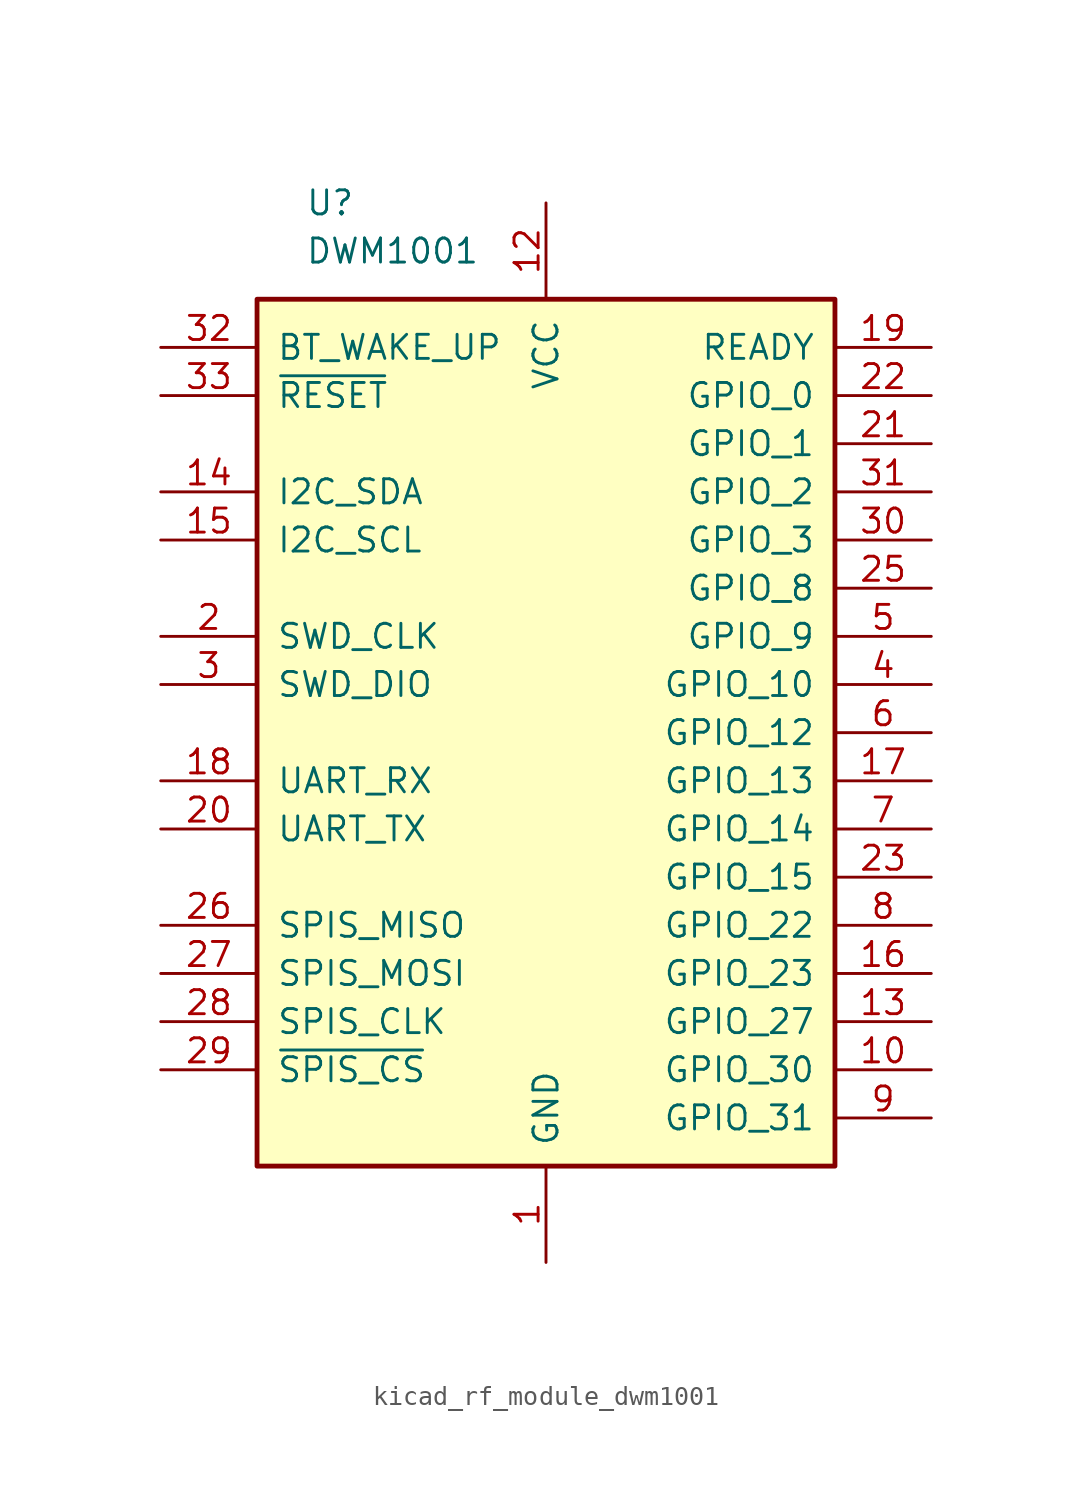
<source format=kicad_sym>
(kicad_symbol_lib
  (version 20220914)
  (generator kicad_symbol_editor)
  (symbol "kicad_rf_module_dwm1001"
    (pin_names
      (offset 1.016))
    (property "Reference" "U"
      (at -12.7 27.94 0)
      (effects (font (size 1.27 1.27)) (justify left)))
    (property "Value" "DWM1001"
      (at -12.7 25.4 0)
      (effects (font (size 1.27 1.27)) (justify left)))
    (symbol "kicad_rf_module_dwm1001_0_1"
      (rectangle (start 15.24 22.86) (end -15.24 -22.86) (stroke (width 0.254) (type default)) (fill (type background))))
    (symbol "kicad_rf_module_dwm1001_1_1"
      (pin power_in line (at 0 -27.94 90) (length 5.08) (name "GND" (effects (font (size 1.27 1.27)))) (number "1" (effects (font (size 1.27 1.27)))))
      (pin bidirectional line (at 20.32 -17.78 180) (length 5.08) (name "GPIO_30" (effects (font (size 1.27 1.27)))) (number "10" (effects (font (size 1.27 1.27)))))
      (pin passive line (at 0 -27.94 90) (length 5.08) hide (name "GND" (effects (font (size 1.27 1.27)))) (number "11" (effects (font (size 1.27 1.27)))))
      (pin power_in line (at 0 27.94 270) (length 5.08) (name "VCC" (effects (font (size 1.27 1.27)))) (number "12" (effects (font (size 1.27 1.27)))))
      (pin bidirectional line (at 20.32 -15.24 180) (length 5.08) (name "GPIO_27" (effects (font (size 1.27 1.27)))) (number "13" (effects (font (size 1.27 1.27)))))
      (pin bidirectional line (at -20.32 12.7 0) (length 5.08) (name "I2C_SDA" (effects (font (size 1.27 1.27)))) (number "14" (effects (font (size 1.27 1.27)))))
      (pin output line (at -20.32 10.16 0) (length 5.08) (name "I2C_SCL" (effects (font (size 1.27 1.27)))) (number "15" (effects (font (size 1.27 1.27)))))
      (pin bidirectional line (at 20.32 -12.7 180) (length 5.08) (name "GPIO_23" (effects (font (size 1.27 1.27)))) (number "16" (effects (font (size 1.27 1.27)))))
      (pin bidirectional line (at 20.32 -2.54 180) (length 5.08) (name "GPIO_13" (effects (font (size 1.27 1.27)))) (number "17" (effects (font (size 1.27 1.27)))))
      (pin input line (at -20.32 -2.54 0) (length 5.08) (name "UART_RX" (effects (font (size 1.27 1.27)))) (number "18" (effects (font (size 1.27 1.27)))))
      (pin output line (at 20.32 20.32 180) (length 5.08) (name "READY" (effects (font (size 1.27 1.27)))) (number "19" (effects (font (size 1.27 1.27)))))
      (pin input line (at -20.32 5.08 0) (length 5.08) (name "SWD_CLK" (effects (font (size 1.27 1.27)))) (number "2" (effects (font (size 1.27 1.27)))))
      (pin output line (at -20.32 -5.08 0) (length 5.08) (name "UART_TX" (effects (font (size 1.27 1.27)))) (number "20" (effects (font (size 1.27 1.27)))))
      (pin bidirectional line (at 20.32 15.24 180) (length 5.08) (name "GPIO_1" (effects (font (size 1.27 1.27)))) (number "21" (effects (font (size 1.27 1.27)))))
      (pin bidirectional line (at 20.32 17.78 180) (length 5.08) (name "GPIO_0" (effects (font (size 1.27 1.27)))) (number "22" (effects (font (size 1.27 1.27)))))
      (pin bidirectional line (at 20.32 -7.62 180) (length 5.08) (name "GPIO_15" (effects (font (size 1.27 1.27)))) (number "23" (effects (font (size 1.27 1.27)))))
      (pin passive line (at 0 -27.94 90) (length 5.08) hide (name "GND" (effects (font (size 1.27 1.27)))) (number "24" (effects (font (size 1.27 1.27)))))
      (pin bidirectional line (at 20.32 7.62 180) (length 5.08) (name "GPIO_8" (effects (font (size 1.27 1.27)))) (number "25" (effects (font (size 1.27 1.27)))))
      (pin output line (at -20.32 -10.16 0) (length 5.08) (name "SPIS_MISO" (effects (font (size 1.27 1.27)))) (number "26" (effects (font (size 1.27 1.27)))))
      (pin tri_state line (at -20.32 -12.7 0) (length 5.08) (name "SPIS_MOSI" (effects (font (size 1.27 1.27)))) (number "27" (effects (font (size 1.27 1.27)))))
      (pin input line (at -20.32 -15.24 0) (length 5.08) (name "SPIS_CLK" (effects (font (size 1.27 1.27)))) (number "28" (effects (font (size 1.27 1.27)))))
      (pin input line (at -20.32 -17.78 0) (length 5.08) (name "~{SPIS_CS}" (effects (font (size 1.27 1.27)))) (number "29" (effects (font (size 1.27 1.27)))))
      (pin bidirectional line (at -20.32 2.54 0) (length 5.08) (name "SWD_DIO" (effects (font (size 1.27 1.27)))) (number "3" (effects (font (size 1.27 1.27)))))
      (pin bidirectional line (at 20.32 10.16 180) (length 5.08) (name "GPIO_3" (effects (font (size 1.27 1.27)))) (number "30" (effects (font (size 1.27 1.27)))))
      (pin bidirectional line (at 20.32 12.7 180) (length 5.08) (name "GPIO_2" (effects (font (size 1.27 1.27)))) (number "31" (effects (font (size 1.27 1.27)))))
      (pin input line (at -20.32 20.32 0) (length 5.08) (name "BT_WAKE_UP" (effects (font (size 1.27 1.27)))) (number "32" (effects (font (size 1.27 1.27)))))
      (pin input line (at -20.32 17.78 0) (length 5.08) (name "~{RESET}" (effects (font (size 1.27 1.27)))) (number "33" (effects (font (size 1.27 1.27)))))
      (pin passive line (at 0 -27.94 90) (length 5.08) hide (name "GND" (effects (font (size 1.27 1.27)))) (number "34" (effects (font (size 1.27 1.27)))))
      (pin bidirectional line (at 20.32 2.54 180) (length 5.08) (name "GPIO_10" (effects (font (size 1.27 1.27)))) (number "4" (effects (font (size 1.27 1.27)))))
      (pin bidirectional line (at 20.32 5.08 180) (length 5.08) (name "GPIO_9" (effects (font (size 1.27 1.27)))) (number "5" (effects (font (size 1.27 1.27)))))
      (pin bidirectional line (at 20.32 0 180) (length 5.08) (name "GPIO_12" (effects (font (size 1.27 1.27)))) (number "6" (effects (font (size 1.27 1.27)))))
      (pin bidirectional line (at 20.32 -5.08 180) (length 5.08) (name "GPIO_14" (effects (font (size 1.27 1.27)))) (number "7" (effects (font (size 1.27 1.27)))))
      (pin bidirectional line (at 20.32 -10.16 180) (length 5.08) (name "GPIO_22" (effects (font (size 1.27 1.27)))) (number "8" (effects (font (size 1.27 1.27)))))
      (pin bidirectional line (at 20.32 -20.32 180) (length 5.08) (name "GPIO_31" (effects (font (size 1.27 1.27)))) (number "9" (effects (font (size 1.27 1.27))))))))
</source>
